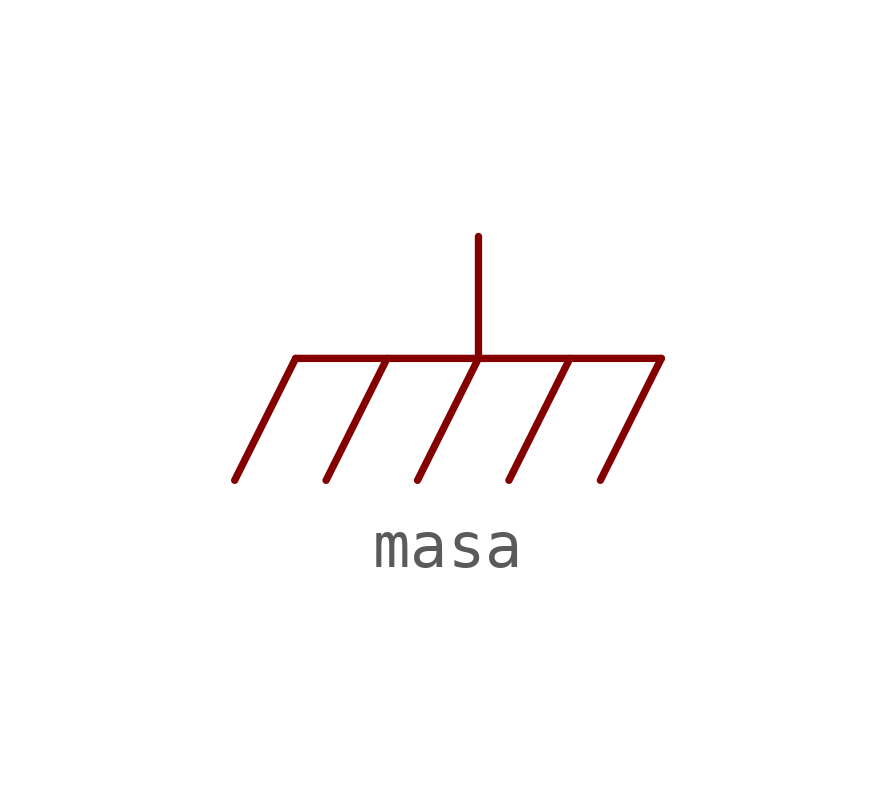
<source format=kicad_sym>
(kicad_symbol_lib
  (version 20220914)
  (generator kicad_symbol_editor)
  (symbol "masa"
    (pin_names
      (offset 1.016))
    (property "Reference" "V"
      (at 0.635 -0.635 0)
      (effects (font (size 2.54 2.54)) (justify left) hide))
    (symbol "masa_0_0"
      (polyline (pts (xy -3.81 -2.54) (xy -5.08 -5.08)) (stroke (width 0) (type default)) (fill (type none)))
      (polyline (pts (xy -3.81 -2.54) (xy 3.81 -2.54)) (stroke (width 0) (type default)) (fill (type none)))
      (polyline (pts (xy -1.905 -2.54) (xy -3.175 -5.08)) (stroke (width 0) (type default)) (fill (type none)))
      (polyline (pts (xy 0 -2.54) (xy -1.27 -5.08)) (stroke (width 0) (type default)) (fill (type none)))
      (polyline (pts (xy 1.905 -2.54) (xy 0.635 -5.08)) (stroke (width 0) (type default)) (fill (type none)))
      (polyline (pts (xy 3.81 -2.54) (xy 2.54 -5.08)) (stroke (width 0) (type default)) (fill (type none))))
    (symbol "masa_1_1"
      (pin input line (at 0 0 270) (length 2.54) (name "" (effects (font (size 1.27 1.27)))) (number "" (effects (font (size 1.143 1.143))))))))
</source>
